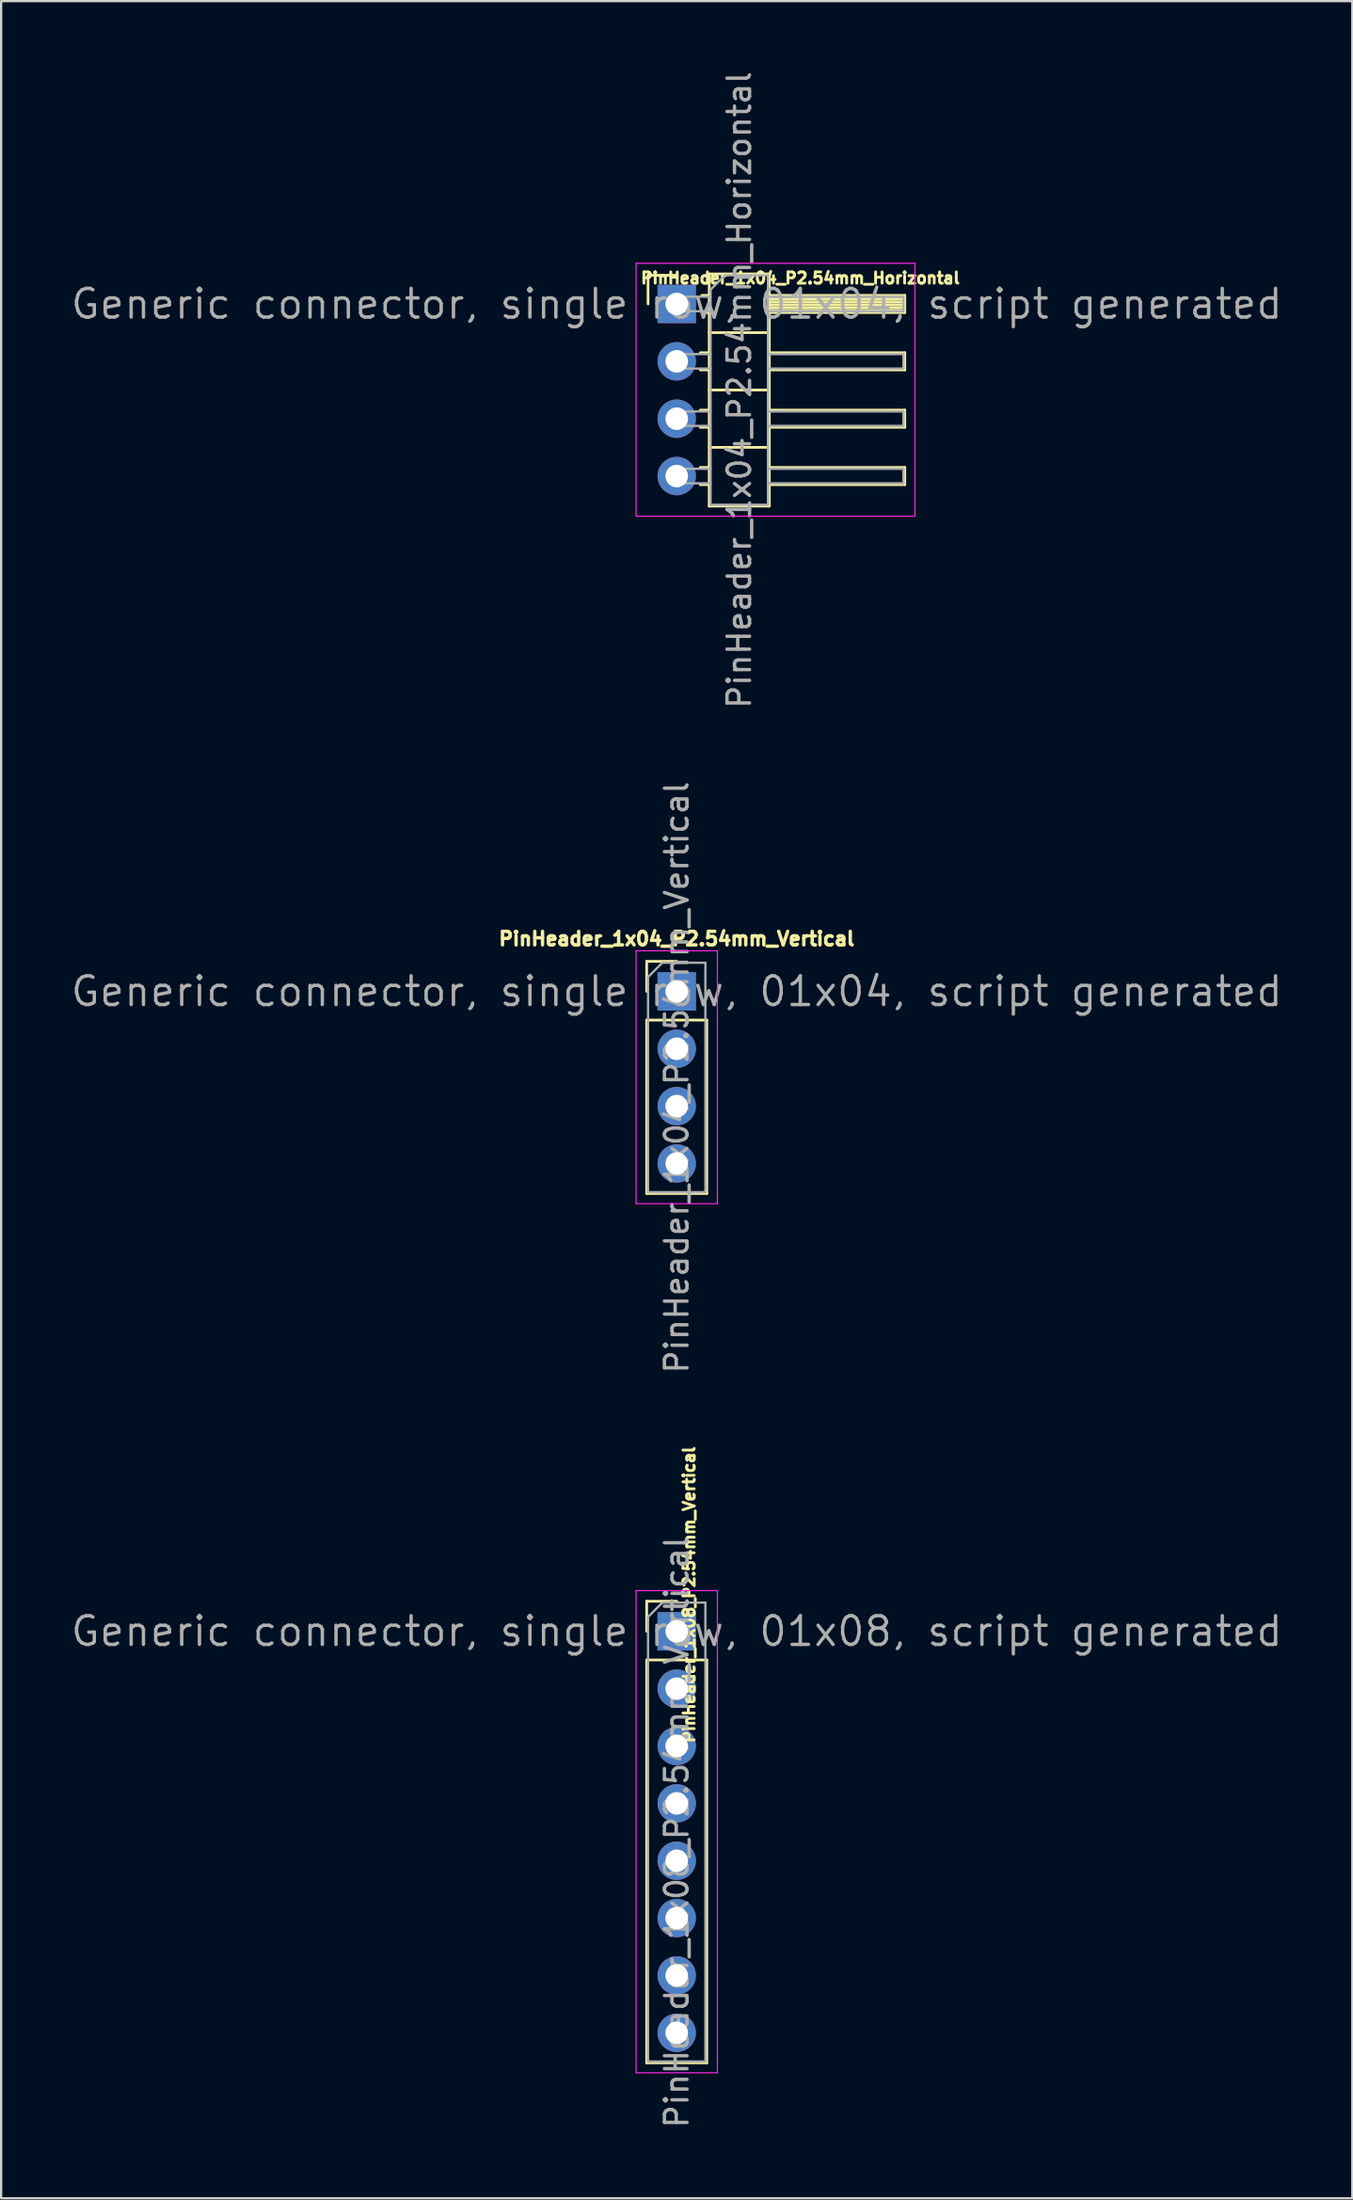
<source format=kicad_pcb>
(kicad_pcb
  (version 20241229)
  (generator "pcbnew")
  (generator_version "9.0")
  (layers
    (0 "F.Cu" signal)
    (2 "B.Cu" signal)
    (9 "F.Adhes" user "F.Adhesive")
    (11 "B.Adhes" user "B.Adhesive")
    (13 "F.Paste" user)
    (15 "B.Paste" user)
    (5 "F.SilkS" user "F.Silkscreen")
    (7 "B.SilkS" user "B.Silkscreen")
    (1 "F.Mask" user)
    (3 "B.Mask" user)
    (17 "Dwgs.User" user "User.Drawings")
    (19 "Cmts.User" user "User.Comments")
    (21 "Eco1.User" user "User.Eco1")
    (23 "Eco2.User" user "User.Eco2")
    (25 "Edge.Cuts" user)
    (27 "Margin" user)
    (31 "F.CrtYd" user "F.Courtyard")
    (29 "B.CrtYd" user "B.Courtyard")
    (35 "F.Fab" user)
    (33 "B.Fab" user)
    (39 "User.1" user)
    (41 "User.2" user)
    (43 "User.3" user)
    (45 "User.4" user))
  (footprint "PinHeader_1x08_P2.54mm_Vertical"
    (layer "F.Cu")
    (at 26.919 69.186)
    (property "Reference" "PinHeader_1x08_P2.54mm_Vertical" (at 0.55 -1.62 270) (layer "F.SilkS") (effects (font (size 0.5 0.5) (thickness 0.125))))
    (property "Datasheet" "" (at 0 0 0) (unlocked yes) (layer "F.Fab") (effects (font (size 1.27 1.27) (thickness 0.15))))
    (property "Description" "Generic connector, single row, 01x08, script generated" (at 0 0 0) (unlocked yes) (layer "F.Fab") (effects (font (size 1.27 1.27) (thickness 0.15))))
    (attr through_hole)
    (fp_line (start -1.33 -1.33) (end 0 -1.33) (stroke (width 0.12) (type solid)) (layer "F.SilkS"))
    (fp_line (start -1.33 0) (end -1.33 -1.33) (stroke (width 0.12) (type solid)) (layer "F.SilkS"))
    (fp_line (start -1.33 1.27) (end -1.33 19.11) (stroke (width 0.12) (type solid)) (layer "F.SilkS"))
    (fp_line (start -1.33 1.27) (end 1.33 1.27) (stroke (width 0.12) (type solid)) (layer "F.SilkS"))
    (fp_line (start -1.33 19.11) (end 1.33 19.11) (stroke (width 0.12) (type solid)) (layer "F.SilkS"))
    (fp_line (start 1.33 1.27) (end 1.33 19.11) (stroke (width 0.12) (type solid)) (layer "F.SilkS"))
    (fp_line (start -1.8 -1.8) (end -1.8 19.55) (stroke (width 0.05) (type solid)) (layer "F.CrtYd"))
    (fp_line (start -1.8 19.55) (end 1.8 19.55) (stroke (width 0.05) (type solid)) (layer "F.CrtYd"))
    (fp_line (start 1.8 -1.8) (end -1.8 -1.8) (stroke (width 0.05) (type solid)) (layer "F.CrtYd"))
    (fp_line (start 1.8 19.55) (end 1.8 -1.8) (stroke (width 0.05) (type solid)) (layer "F.CrtYd"))
    (fp_line (start -1.27 -0.635) (end -0.635 -1.27) (stroke (width 0.1) (type solid)) (layer "F.Fab"))
    (fp_line (start -1.27 19.05) (end -1.27 -0.635) (stroke (width 0.1) (type solid)) (layer "F.Fab"))
    (fp_line (start -0.635 -1.27) (end 1.27 -1.27) (stroke (width 0.1) (type solid)) (layer "F.Fab"))
    (fp_line (start 1.27 -1.27) (end 1.27 19.05) (stroke (width 0.1) (type solid)) (layer "F.Fab"))
    (fp_line (start 1.27 19.05) (end -1.27 19.05) (stroke (width 0.1) (type solid)) (layer "F.Fab"))
    (fp_text user "${REFERENCE}" (at 0 8.89 270) (layer "F.Fab") (effects (font (size 1 1) (thickness 0.15))))
    (pad "1" thru_hole rect (at 0 0) (size 1.7 1.7) (drill 1) (layers "*.Cu" "*.Mask"))
    (pad "2" thru_hole oval (at 0 2.54) (size 1.7 1.7) (drill 1) (layers "*.Cu" "*.Mask"))
    (pad "3" thru_hole oval (at 0 5.08) (size 1.7 1.7) (drill 1) (layers "*.Cu" "*.Mask"))
    (pad "4" thru_hole oval (at 0 7.62) (size 1.7 1.7) (drill 1) (layers "*.Cu" "*.Mask"))
    (pad "5" thru_hole oval (at 0 10.16) (size 1.7 1.7) (drill 1) (layers "*.Cu" "*.Mask"))
    (pad "6" thru_hole oval (at 0 12.7) (size 1.7 1.7) (drill 1) (layers "*.Cu" "*.Mask"))
    (pad "7" thru_hole oval (at 0 15.24) (size 1.7 1.7) (drill 1) (layers "*.Cu" "*.Mask"))
    (pad "8" thru_hole oval (at 0 17.78) (size 1.7 1.7) (drill 1) (layers "*.Cu" "*.Mask")))
  (footprint "PinHeader_1x04_P2.54mm_Horizontal"
    (layer "F.Cu")
    (at 26.919 10.41)
    (property "Reference" "PinHeader_1x04_P2.54mm_Horizontal" (at 5.475 -1.145 0) (layer "F.SilkS") (effects (font (size 0.5 0.5) (thickness 0.125))))
    (property "Datasheet" "" (at 0 0 0) (unlocked yes) (layer "F.Fab") (effects (font (size 1.27 1.27) (thickness 0.15))))
    (property "Description" "Generic connector, single row, 01x04, script generated" (at 0 0 0) (unlocked yes) (layer "F.Fab") (effects (font (size 1.27 1.27) (thickness 0.15))))
    (attr through_hole)
    (fp_line (start -1.27 -1.27) (end 0 -1.27) (stroke (width 0.12) (type solid)) (layer "F.SilkS"))
    (fp_line (start -1.27 0) (end -1.27 -1.27) (stroke (width 0.12) (type solid)) (layer "F.SilkS"))
    (fp_line (start 1.043 2.16) (end 1.44 2.16) (stroke (width 0.12) (type solid)) (layer "F.SilkS"))
    (fp_line (start 1.043 2.92) (end 1.44 2.92) (stroke (width 0.12) (type solid)) (layer "F.SilkS"))
    (fp_line (start 1.043 4.7) (end 1.44 4.7) (stroke (width 0.12) (type solid)) (layer "F.SilkS"))
    (fp_line (start 1.043 5.46) (end 1.44 5.46) (stroke (width 0.12) (type solid)) (layer "F.SilkS"))
    (fp_line (start 1.043 7.24) (end 1.44 7.24) (stroke (width 0.12) (type solid)) (layer "F.SilkS"))
    (fp_line (start 1.043 8) (end 1.44 8) (stroke (width 0.12) (type solid)) (layer "F.SilkS"))
    (fp_line (start 1.11 -0.38) (end 1.44 -0.38) (stroke (width 0.12) (type solid)) (layer "F.SilkS"))
    (fp_line (start 1.11 0.38) (end 1.44 0.38) (stroke (width 0.12) (type solid)) (layer "F.SilkS"))
    (fp_line (start 1.44 -1.33) (end 1.44 8.95) (stroke (width 0.12) (type solid)) (layer "F.SilkS"))
    (fp_line (start 1.44 1.27) (end 4.1 1.27) (stroke (width 0.12) (type solid)) (layer "F.SilkS"))
    (fp_line (start 1.44 3.81) (end 4.1 3.81) (stroke (width 0.12) (type solid)) (layer "F.SilkS"))
    (fp_line (start 1.44 6.35) (end 4.1 6.35) (stroke (width 0.12) (type solid)) (layer "F.SilkS"))
    (fp_line (start 1.44 8.95) (end 4.1 8.95) (stroke (width 0.12) (type solid)) (layer "F.SilkS"))
    (fp_line (start 4.1 -1.33) (end 1.44 -1.33) (stroke (width 0.12) (type solid)) (layer "F.SilkS"))
    (fp_line (start 4.1 -0.38) (end 10.1 -0.38) (stroke (width 0.12) (type solid)) (layer "F.SilkS"))
    (fp_line (start 4.1 -0.32) (end 10.1 -0.32) (stroke (width 0.12) (type solid)) (layer "F.SilkS"))
    (fp_line (start 4.1 -0.2) (end 10.1 -0.2) (stroke (width 0.12) (type solid)) (layer "F.SilkS"))
    (fp_line (start 4.1 -0.08) (end 10.1 -0.08) (stroke (width 0.12) (type solid)) (layer "F.SilkS"))
    (fp_line (start 4.1 0.04) (end 10.1 0.04) (stroke (width 0.12) (type solid)) (layer "F.SilkS"))
    (fp_line (start 4.1 0.16) (end 10.1 0.16) (stroke (width 0.12) (type solid)) (layer "F.SilkS"))
    (fp_line (start 4.1 0.28) (end 10.1 0.28) (stroke (width 0.12) (type solid)) (layer "F.SilkS"))
    (fp_line (start 4.1 2.16) (end 10.1 2.16) (stroke (width 0.12) (type solid)) (layer "F.SilkS"))
    (fp_line (start 4.1 4.7) (end 10.1 4.7) (stroke (width 0.12) (type solid)) (layer "F.SilkS"))
    (fp_line (start 4.1 7.24) (end 10.1 7.24) (stroke (width 0.12) (type solid)) (layer "F.SilkS"))
    (fp_line (start 4.1 8.95) (end 4.1 -1.33) (stroke (width 0.12) (type solid)) (layer "F.SilkS"))
    (fp_line (start 10.1 -0.38) (end 10.1 0.38) (stroke (width 0.12) (type solid)) (layer "F.SilkS"))
    (fp_line (start 10.1 0.38) (end 4.1 0.38) (stroke (width 0.12) (type solid)) (layer "F.SilkS"))
    (fp_line (start 10.1 2.16) (end 10.1 2.92) (stroke (width 0.12) (type solid)) (layer "F.SilkS"))
    (fp_line (start 10.1 2.92) (end 4.1 2.92) (stroke (width 0.12) (type solid)) (layer "F.SilkS"))
    (fp_line (start 10.1 4.7) (end 10.1 5.46) (stroke (width 0.12) (type solid)) (layer "F.SilkS"))
    (fp_line (start 10.1 5.46) (end 4.1 5.46) (stroke (width 0.12) (type solid)) (layer "F.SilkS"))
    (fp_line (start 10.1 7.24) (end 10.1 8) (stroke (width 0.12) (type solid)) (layer "F.SilkS"))
    (fp_line (start 10.1 8) (end 4.1 8) (stroke (width 0.12) (type solid)) (layer "F.SilkS"))
    (fp_line (start -1.8 -1.8) (end -1.8 9.4) (stroke (width 0.05) (type solid)) (layer "F.CrtYd"))
    (fp_line (start -1.8 9.4) (end 10.55 9.4) (stroke (width 0.05) (type solid)) (layer "F.CrtYd"))
    (fp_line (start 10.55 -1.8) (end -1.8 -1.8) (stroke (width 0.05) (type solid)) (layer "F.CrtYd"))
    (fp_line (start 10.55 9.4) (end 10.55 -1.8) (stroke (width 0.05) (type solid)) (layer "F.CrtYd"))
    (fp_line (start -0.32 -0.32) (end -0.32 0.32) (stroke (width 0.1) (type solid)) (layer "F.Fab"))
    (fp_line (start -0.32 -0.32) (end 1.5 -0.32) (stroke (width 0.1) (type solid)) (layer "F.Fab"))
    (fp_line (start -0.32 0.32) (end 1.5 0.32) (stroke (width 0.1) (type solid)) (layer "F.Fab"))
    (fp_line (start -0.32 2.22) (end -0.32 2.86) (stroke (width 0.1) (type solid)) (layer "F.Fab"))
    (fp_line (start -0.32 2.22) (end 1.5 2.22) (stroke (width 0.1) (type solid)) (layer "F.Fab"))
    (fp_line (start -0.32 2.86) (end 1.5 2.86) (stroke (width 0.1) (type solid)) (layer "F.Fab"))
    (fp_line (start -0.32 4.76) (end -0.32 5.4) (stroke (width 0.1) (type solid)) (layer "F.Fab"))
    (fp_line (start -0.32 4.76) (end 1.5 4.76) (stroke (width 0.1) (type solid)) (layer "F.Fab"))
    (fp_line (start -0.32 5.4) (end 1.5 5.4) (stroke (width 0.1) (type solid)) (layer "F.Fab"))
    (fp_line (start -0.32 7.3) (end -0.32 7.94) (stroke (width 0.1) (type solid)) (layer "F.Fab"))
    (fp_line (start -0.32 7.3) (end 1.5 7.3) (stroke (width 0.1) (type solid)) (layer "F.Fab"))
    (fp_line (start -0.32 7.94) (end 1.5 7.94) (stroke (width 0.1) (type solid)) (layer "F.Fab"))
    (fp_line (start 1.5 -0.635) (end 2.135 -1.27) (stroke (width 0.1) (type solid)) (layer "F.Fab"))
    (fp_line (start 1.5 8.89) (end 1.5 -0.635) (stroke (width 0.1) (type solid)) (layer "F.Fab"))
    (fp_line (start 2.135 -1.27) (end 4.04 -1.27) (stroke (width 0.1) (type solid)) (layer "F.Fab"))
    (fp_line (start 4.04 -1.27) (end 4.04 8.89) (stroke (width 0.1) (type solid)) (layer "F.Fab"))
    (fp_line (start 4.04 -0.32) (end 10.04 -0.32) (stroke (width 0.1) (type solid)) (layer "F.Fab"))
    (fp_line (start 4.04 0.32) (end 10.04 0.32) (stroke (width 0.1) (type solid)) (layer "F.Fab"))
    (fp_line (start 4.04 2.22) (end 10.04 2.22) (stroke (width 0.1) (type solid)) (layer "F.Fab"))
    (fp_line (start 4.04 2.86) (end 10.04 2.86) (stroke (width 0.1) (type solid)) (layer "F.Fab"))
    (fp_line (start 4.04 4.76) (end 10.04 4.76) (stroke (width 0.1) (type solid)) (layer "F.Fab"))
    (fp_line (start 4.04 5.4) (end 10.04 5.4) (stroke (width 0.1) (type solid)) (layer "F.Fab"))
    (fp_line (start 4.04 7.3) (end 10.04 7.3) (stroke (width 0.1) (type solid)) (layer "F.Fab"))
    (fp_line (start 4.04 7.94) (end 10.04 7.94) (stroke (width 0.1) (type solid)) (layer "F.Fab"))
    (fp_line (start 4.04 8.89) (end 1.5 8.89) (stroke (width 0.1) (type solid)) (layer "F.Fab"))
    (fp_line (start 10.04 -0.32) (end 10.04 0.32) (stroke (width 0.1) (type solid)) (layer "F.Fab"))
    (fp_line (start 10.04 2.22) (end 10.04 2.86) (stroke (width 0.1) (type solid)) (layer "F.Fab"))
    (fp_line (start 10.04 4.76) (end 10.04 5.4) (stroke (width 0.1) (type solid)) (layer "F.Fab"))
    (fp_line (start 10.04 7.3) (end 10.04 7.94) (stroke (width 0.1) (type solid)) (layer "F.Fab"))
    (fp_text user "${REFERENCE}" (at 2.77 3.81 90) (layer "F.Fab") (effects (font (size 1 1) (thickness 0.15))))
    (pad "1" thru_hole rect (at 0 0) (size 1.7 1.7) (drill 1) (layers "*.Cu" "*.Mask"))
    (pad "2" thru_hole oval (at 0 2.54) (size 1.7 1.7) (drill 1) (layers "*.Cu" "*.Mask"))
    (pad "3" thru_hole oval (at 0 5.08) (size 1.7 1.7) (drill 1) (layers "*.Cu" "*.Mask"))
    (pad "4" thru_hole oval (at 0 7.62) (size 1.7 1.7) (drill 1) (layers "*.Cu" "*.Mask")))
  (footprint "PinHeader_1x04_P2.54mm_Vertical"
    (layer "F.Cu")
    (at 26.919 40.851)
    (property "Reference" "PinHeader_1x04_P2.54mm_Vertical" (at 0 -2.33 180) (layer "F.SilkS") (effects (font (size 0.6 0.6) (thickness 0.15))))
    (property "Datasheet" "" (at 0 0 0) (unlocked yes) (layer "F.Fab") (effects (font (size 1.27 1.27) (thickness 0.15))))
    (property "Description" "Generic connector, single row, 01x04, script generated" (at 0 0 0) (unlocked yes) (layer "F.Fab") (effects (font (size 1.27 1.27) (thickness 0.15))))
    (attr through_hole)
    (fp_line (start -1.33 -1.33) (end 0 -1.33) (stroke (width 0.12) (type solid)) (layer "F.SilkS"))
    (fp_line (start -1.33 0) (end -1.33 -1.33) (stroke (width 0.12) (type solid)) (layer "F.SilkS"))
    (fp_line (start -1.33 1.27) (end -1.33 8.95) (stroke (width 0.12) (type solid)) (layer "F.SilkS"))
    (fp_line (start -1.33 1.27) (end 1.33 1.27) (stroke (width 0.12) (type solid)) (layer "F.SilkS"))
    (fp_line (start -1.33 8.95) (end 1.33 8.95) (stroke (width 0.12) (type solid)) (layer "F.SilkS"))
    (fp_line (start 1.33 1.27) (end 1.33 8.95) (stroke (width 0.12) (type solid)) (layer "F.SilkS"))
    (fp_line (start -1.8 -1.8) (end -1.8 9.4) (stroke (width 0.05) (type solid)) (layer "F.CrtYd"))
    (fp_line (start -1.8 9.4) (end 1.8 9.4) (stroke (width 0.05) (type solid)) (layer "F.CrtYd"))
    (fp_line (start 1.8 -1.8) (end -1.8 -1.8) (stroke (width 0.05) (type solid)) (layer "F.CrtYd"))
    (fp_line (start 1.8 9.4) (end 1.8 -1.8) (stroke (width 0.05) (type solid)) (layer "F.CrtYd"))
    (fp_line (start -1.27 -0.635) (end -0.635 -1.27) (stroke (width 0.1) (type solid)) (layer "F.Fab"))
    (fp_line (start -1.27 8.89) (end -1.27 -0.635) (stroke (width 0.1) (type solid)) (layer "F.Fab"))
    (fp_line (start -0.635 -1.27) (end 1.27 -1.27) (stroke (width 0.1) (type solid)) (layer "F.Fab"))
    (fp_line (start 1.27 -1.27) (end 1.27 8.89) (stroke (width 0.1) (type solid)) (layer "F.Fab"))
    (fp_line (start 1.27 8.89) (end -1.27 8.89) (stroke (width 0.1) (type solid)) (layer "F.Fab"))
    (fp_text user "${REFERENCE}" (at 0 3.81 270) (layer "F.Fab") (effects (font (size 1 1) (thickness 0.15))))
    (pad "1" thru_hole rect (at 0 0) (size 1.7 1.7) (drill 1) (layers "*.Cu" "*.Mask"))
    (pad "2" thru_hole oval (at 0 2.54) (size 1.7 1.7) (drill 1) (layers "*.Cu" "*.Mask"))
    (pad "3" thru_hole oval (at 0 5.08) (size 1.7 1.7) (drill 1) (layers "*.Cu" "*.Mask"))
    (pad "4" thru_hole oval (at 0 7.62) (size 1.7 1.7) (drill 1) (layers "*.Cu" "*.Mask")))
  (gr_rect
    (start -3 -3)
    (end 56.838 94.296)
    (stroke (width 0.1) (type default))
    (fill no)
    (layer "Edge.Cuts")))
</source>
